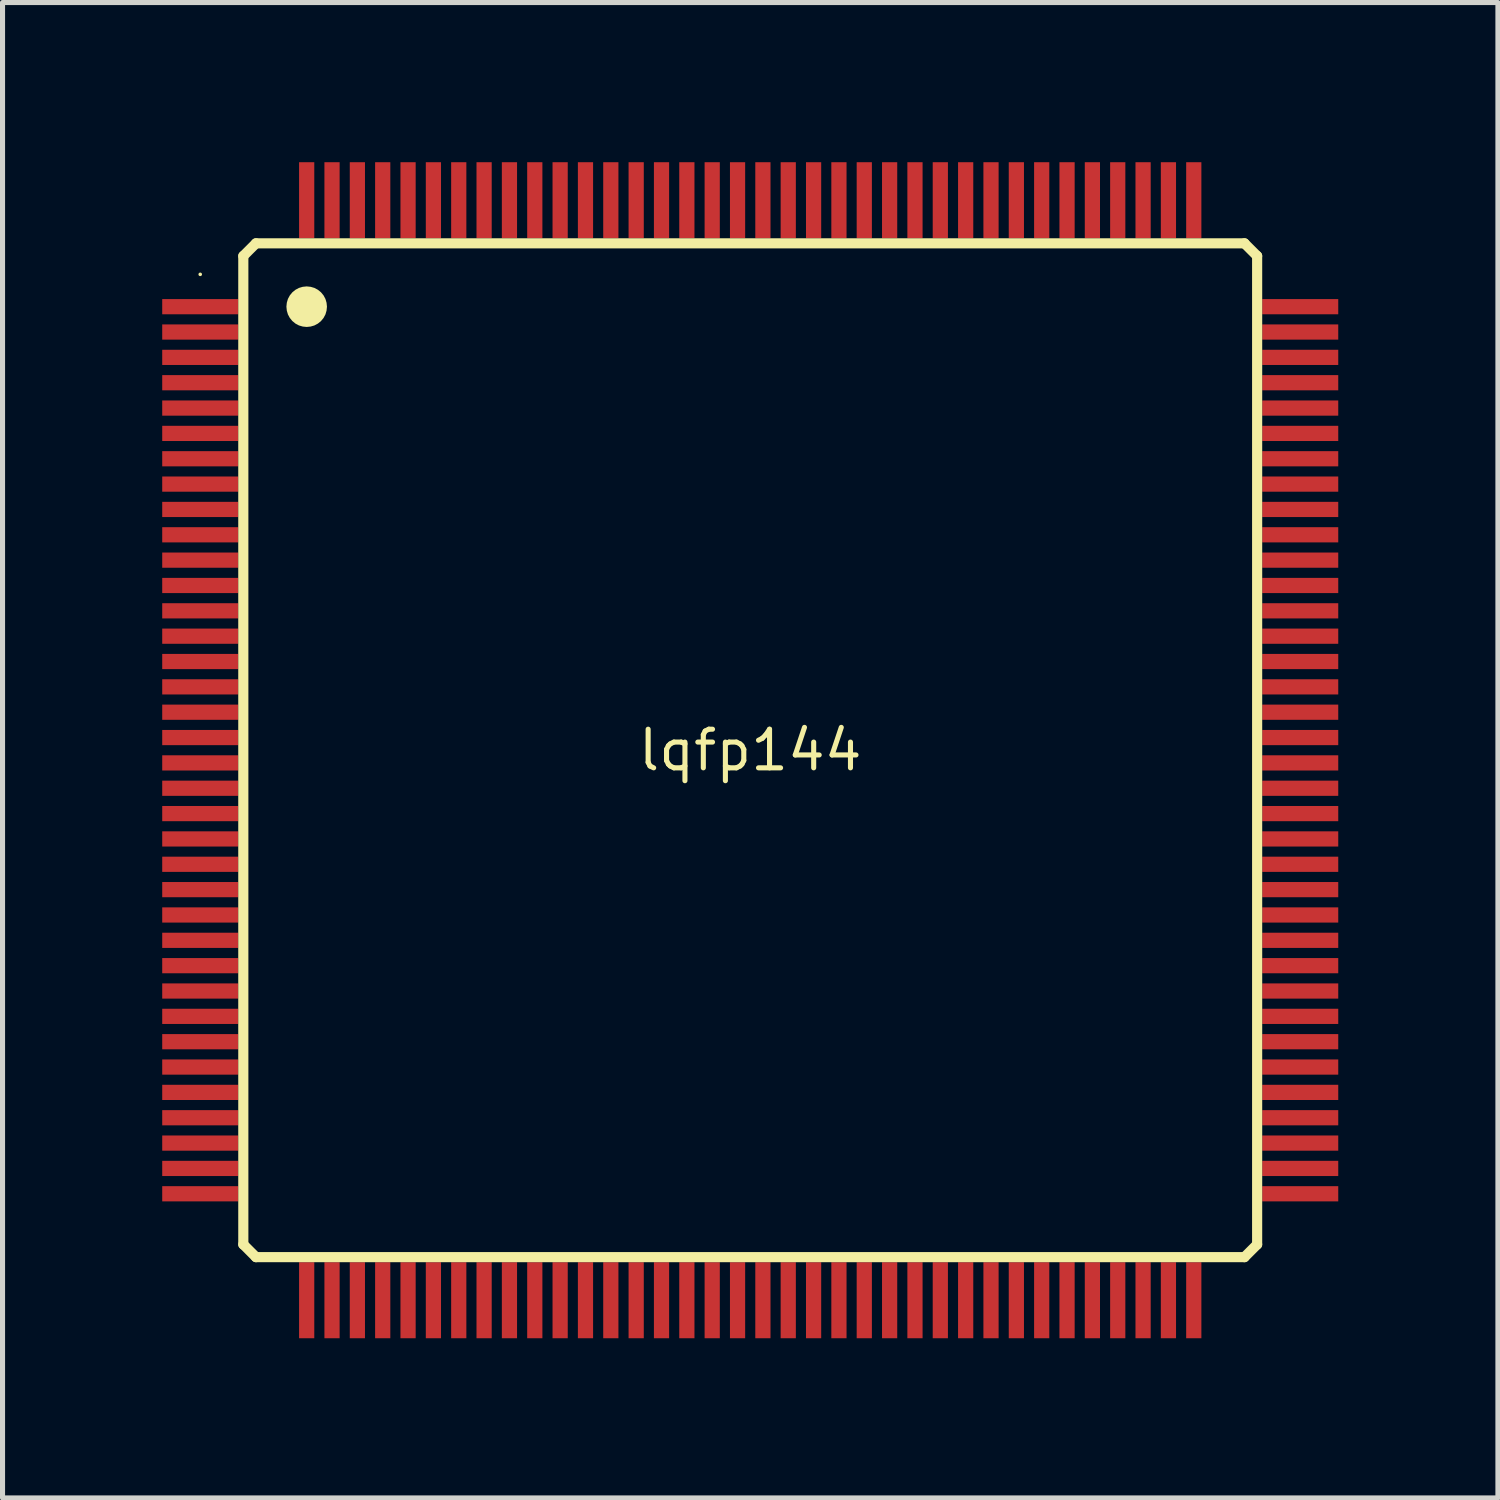
<source format=kicad_pcb>
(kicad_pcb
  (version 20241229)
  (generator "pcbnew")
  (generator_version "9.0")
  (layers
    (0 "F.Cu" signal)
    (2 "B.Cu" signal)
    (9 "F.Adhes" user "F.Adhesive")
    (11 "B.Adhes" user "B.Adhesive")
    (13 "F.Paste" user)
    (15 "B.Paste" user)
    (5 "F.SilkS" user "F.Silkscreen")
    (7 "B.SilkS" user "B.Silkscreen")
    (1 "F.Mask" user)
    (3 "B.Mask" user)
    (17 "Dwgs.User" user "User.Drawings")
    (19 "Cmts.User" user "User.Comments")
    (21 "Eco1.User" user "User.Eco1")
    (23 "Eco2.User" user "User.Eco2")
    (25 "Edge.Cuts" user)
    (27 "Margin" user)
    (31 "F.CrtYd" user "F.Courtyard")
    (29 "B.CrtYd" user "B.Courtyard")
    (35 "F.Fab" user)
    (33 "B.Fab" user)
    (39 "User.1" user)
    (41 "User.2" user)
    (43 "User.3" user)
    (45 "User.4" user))
  (footprint "lqfp144"
    (layer "F.Cu")
    (at 11.75 11.75)
    (property "Reference" "lqfp144" (at 0 0 0) (layer "F.SilkS") (effects (font (size 0.762 0.762) (thickness 0.1))))
    (attr through_hole)
    (fp_poly (pts (xy -11.75 -8.45) (xy -9.95 -8.45) (xy -9.95 -9.05) (xy -11.75 -9.05)) (stroke (width 0) (type solid)) (fill yes) (layer "F.Mask"))
    (fp_poly (pts (xy -11.75 -7.95) (xy -9.95 -7.95) (xy -9.95 -8.55) (xy -11.75 -8.55)) (stroke (width 0) (type solid)) (fill yes) (layer "F.Mask"))
    (fp_poly (pts (xy -11.75 -7.45) (xy -9.95 -7.45) (xy -9.95 -8.05) (xy -11.75 -8.05)) (stroke (width 0) (type solid)) (fill yes) (layer "F.Mask"))
    (fp_poly (pts (xy -11.75 -6.95) (xy -9.95 -6.95) (xy -9.95 -7.55) (xy -11.75 -7.55)) (stroke (width 0) (type solid)) (fill yes) (layer "F.Mask"))
    (fp_poly (pts (xy -11.75 -6.45) (xy -9.95 -6.45) (xy -9.95 -7.05) (xy -11.75 -7.05)) (stroke (width 0) (type solid)) (fill yes) (layer "F.Mask"))
    (fp_poly (pts (xy -11.75 -5.95) (xy -9.95 -5.95) (xy -9.95 -6.55) (xy -11.75 -6.55)) (stroke (width 0) (type solid)) (fill yes) (layer "F.Mask"))
    (fp_poly (pts (xy -11.75 -5.45) (xy -9.95 -5.45) (xy -9.95 -6.05) (xy -11.75 -6.05)) (stroke (width 0) (type solid)) (fill yes) (layer "F.Mask"))
    (fp_poly (pts (xy -11.75 -4.95) (xy -9.95 -4.95) (xy -9.95 -5.55) (xy -11.75 -5.55)) (stroke (width 0) (type solid)) (fill yes) (layer "F.Mask"))
    (fp_poly (pts (xy -11.75 -4.45) (xy -9.95 -4.45) (xy -9.95 -5.05) (xy -11.75 -5.05)) (stroke (width 0) (type solid)) (fill yes) (layer "F.Mask"))
    (fp_poly (pts (xy -11.75 -3.95) (xy -9.95 -3.95) (xy -9.95 -4.55) (xy -11.75 -4.55)) (stroke (width 0) (type solid)) (fill yes) (layer "F.Mask"))
    (fp_poly (pts (xy -11.75 -3.45) (xy -9.95 -3.45) (xy -9.95 -4.05) (xy -11.75 -4.05)) (stroke (width 0) (type solid)) (fill yes) (layer "F.Mask"))
    (fp_poly (pts (xy -11.75 -2.95) (xy -9.95 -2.95) (xy -9.95 -3.55) (xy -11.75 -3.55)) (stroke (width 0) (type solid)) (fill yes) (layer "F.Mask"))
    (fp_poly (pts (xy -11.75 -2.45) (xy -9.95 -2.45) (xy -9.95 -3.05) (xy -11.75 -3.05)) (stroke (width 0) (type solid)) (fill yes) (layer "F.Mask"))
    (fp_poly (pts (xy -11.75 -1.95) (xy -9.95 -1.95) (xy -9.95 -2.55) (xy -11.75 -2.55)) (stroke (width 0) (type solid)) (fill yes) (layer "F.Mask"))
    (fp_poly (pts (xy -11.75 -1.45) (xy -9.95 -1.45) (xy -9.95 -2.05) (xy -11.75 -2.05)) (stroke (width 0) (type solid)) (fill yes) (layer "F.Mask"))
    (fp_poly (pts (xy -11.75 -0.95) (xy -9.95 -0.95) (xy -9.95 -1.55) (xy -11.75 -1.55)) (stroke (width 0) (type solid)) (fill yes) (layer "F.Mask"))
    (fp_poly (pts (xy -11.75 -0.45) (xy -9.95 -0.45) (xy -9.95 -1.05) (xy -11.75 -1.05)) (stroke (width 0) (type solid)) (fill yes) (layer "F.Mask"))
    (fp_poly (pts (xy -11.75 0.05) (xy -9.95 0.05) (xy -9.95 -0.55) (xy -11.75 -0.55)) (stroke (width 0) (type solid)) (fill yes) (layer "F.Mask"))
    (fp_poly (pts (xy -11.75 0.55) (xy -9.95 0.55) (xy -9.95 -0.05) (xy -11.75 -0.05)) (stroke (width 0) (type solid)) (fill yes) (layer "F.Mask"))
    (fp_poly (pts (xy -11.75 1.05) (xy -9.95 1.05) (xy -9.95 0.45) (xy -11.75 0.45)) (stroke (width 0) (type solid)) (fill yes) (layer "F.Mask"))
    (fp_poly (pts (xy -11.75 1.55) (xy -9.95 1.55) (xy -9.95 0.95) (xy -11.75 0.95)) (stroke (width 0) (type solid)) (fill yes) (layer "F.Mask"))
    (fp_poly (pts (xy -11.75 2.05) (xy -9.95 2.05) (xy -9.95 1.45) (xy -11.75 1.45)) (stroke (width 0) (type solid)) (fill yes) (layer "F.Mask"))
    (fp_poly (pts (xy -11.75 2.55) (xy -9.95 2.55) (xy -9.95 1.95) (xy -11.75 1.95)) (stroke (width 0) (type solid)) (fill yes) (layer "F.Mask"))
    (fp_poly (pts (xy -11.75 3.05) (xy -9.95 3.05) (xy -9.95 2.45) (xy -11.75 2.45)) (stroke (width 0) (type solid)) (fill yes) (layer "F.Mask"))
    (fp_poly (pts (xy -11.75 3.55) (xy -9.95 3.55) (xy -9.95 2.95) (xy -11.75 2.95)) (stroke (width 0) (type solid)) (fill yes) (layer "F.Mask"))
    (fp_poly (pts (xy -11.75 4.05) (xy -9.95 4.05) (xy -9.95 3.45) (xy -11.75 3.45)) (stroke (width 0) (type solid)) (fill yes) (layer "F.Mask"))
    (fp_poly (pts (xy -11.75 4.55) (xy -9.95 4.55) (xy -9.95 3.95) (xy -11.75 3.95)) (stroke (width 0) (type solid)) (fill yes) (layer "F.Mask"))
    (fp_poly (pts (xy -11.75 5.05) (xy -9.95 5.05) (xy -9.95 4.45) (xy -11.75 4.45)) (stroke (width 0) (type solid)) (fill yes) (layer "F.Mask"))
    (fp_poly (pts (xy -11.75 5.55) (xy -9.95 5.55) (xy -9.95 4.95) (xy -11.75 4.95)) (stroke (width 0) (type solid)) (fill yes) (layer "F.Mask"))
    (fp_poly (pts (xy -11.75 6.05) (xy -9.95 6.05) (xy -9.95 5.45) (xy -11.75 5.45)) (stroke (width 0) (type solid)) (fill yes) (layer "F.Mask"))
    (fp_poly (pts (xy -11.75 6.55) (xy -9.95 6.55) (xy -9.95 5.95) (xy -11.75 5.95)) (stroke (width 0) (type solid)) (fill yes) (layer "F.Mask"))
    (fp_poly (pts (xy -11.75 7.05) (xy -9.95 7.05) (xy -9.95 6.45) (xy -11.75 6.45)) (stroke (width 0) (type solid)) (fill yes) (layer "F.Mask"))
    (fp_poly (pts (xy -11.75 7.55) (xy -9.95 7.55) (xy -9.95 6.95) (xy -11.75 6.95)) (stroke (width 0) (type solid)) (fill yes) (layer "F.Mask"))
    (fp_poly (pts (xy -11.75 8.05) (xy -9.95 8.05) (xy -9.95 7.45) (xy -11.75 7.45)) (stroke (width 0) (type solid)) (fill yes) (layer "F.Mask"))
    (fp_poly (pts (xy -11.75 8.55) (xy -9.95 8.55) (xy -9.95 7.95) (xy -11.75 7.95)) (stroke (width 0) (type solid)) (fill yes) (layer "F.Mask"))
    (fp_poly (pts (xy -11.75 9.05) (xy -9.95 9.05) (xy -9.95 8.45) (xy -11.75 8.45)) (stroke (width 0) (type solid)) (fill yes) (layer "F.Mask"))
    (fp_poly (pts (xy -8.45 -9.95) (xy -8.45 -11.75) (xy -9.05 -11.75) (xy -9.05 -9.95)) (stroke (width 0) (type solid)) (fill yes) (layer "F.Mask"))
    (fp_poly (pts (xy -8.45 11.75) (xy -8.45 9.95) (xy -9.05 9.95) (xy -9.05 11.75)) (stroke (width 0) (type solid)) (fill yes) (layer "F.Mask"))
    (fp_poly (pts (xy -7.95 -9.95) (xy -7.95 -11.75) (xy -8.55 -11.75) (xy -8.55 -9.95)) (stroke (width 0) (type solid)) (fill yes) (layer "F.Mask"))
    (fp_poly (pts (xy -7.95 11.75) (xy -7.95 9.95) (xy -8.55 9.95) (xy -8.55 11.75)) (stroke (width 0) (type solid)) (fill yes) (layer "F.Mask"))
    (fp_poly (pts (xy -7.45 -9.95) (xy -7.45 -11.75) (xy -8.05 -11.75) (xy -8.05 -9.95)) (stroke (width 0) (type solid)) (fill yes) (layer "F.Mask"))
    (fp_poly (pts (xy -7.45 11.75) (xy -7.45 9.95) (xy -8.05 9.95) (xy -8.05 11.75)) (stroke (width 0) (type solid)) (fill yes) (layer "F.Mask"))
    (fp_poly (pts (xy -6.95 -9.95) (xy -6.95 -11.75) (xy -7.55 -11.75) (xy -7.55 -9.95)) (stroke (width 0) (type solid)) (fill yes) (layer "F.Mask"))
    (fp_poly (pts (xy -6.95 11.75) (xy -6.95 9.95) (xy -7.55 9.95) (xy -7.55 11.75)) (stroke (width 0) (type solid)) (fill yes) (layer "F.Mask"))
    (fp_poly (pts (xy -6.45 -9.95) (xy -6.45 -11.75) (xy -7.05 -11.75) (xy -7.05 -9.95)) (stroke (width 0) (type solid)) (fill yes) (layer "F.Mask"))
    (fp_poly (pts (xy -6.45 11.75) (xy -6.45 9.95) (xy -7.05 9.95) (xy -7.05 11.75)) (stroke (width 0) (type solid)) (fill yes) (layer "F.Mask"))
    (fp_poly (pts (xy -5.95 -9.95) (xy -5.95 -11.75) (xy -6.55 -11.75) (xy -6.55 -9.95)) (stroke (width 0) (type solid)) (fill yes) (layer "F.Mask"))
    (fp_poly (pts (xy -5.95 11.75) (xy -5.95 9.95) (xy -6.55 9.95) (xy -6.55 11.75)) (stroke (width 0) (type solid)) (fill yes) (layer "F.Mask"))
    (fp_poly (pts (xy -5.45 -9.95) (xy -5.45 -11.75) (xy -6.05 -11.75) (xy -6.05 -9.95)) (stroke (width 0) (type solid)) (fill yes) (layer "F.Mask"))
    (fp_poly (pts (xy -5.45 11.75) (xy -5.45 9.95) (xy -6.05 9.95) (xy -6.05 11.75)) (stroke (width 0) (type solid)) (fill yes) (layer "F.Mask"))
    (fp_poly (pts (xy -4.95 -9.95) (xy -4.95 -11.75) (xy -5.55 -11.75) (xy -5.55 -9.95)) (stroke (width 0) (type solid)) (fill yes) (layer "F.Mask"))
    (fp_poly (pts (xy -4.95 11.75) (xy -4.95 9.95) (xy -5.55 9.95) (xy -5.55 11.75)) (stroke (width 0) (type solid)) (fill yes) (layer "F.Mask"))
    (fp_poly (pts (xy -4.45 -9.95) (xy -4.45 -11.75) (xy -5.05 -11.75) (xy -5.05 -9.95)) (stroke (width 0) (type solid)) (fill yes) (layer "F.Mask"))
    (fp_poly (pts (xy -4.45 11.75) (xy -4.45 9.95) (xy -5.05 9.95) (xy -5.05 11.75)) (stroke (width 0) (type solid)) (fill yes) (layer "F.Mask"))
    (fp_poly (pts (xy -3.95 -9.95) (xy -3.95 -11.75) (xy -4.55 -11.75) (xy -4.55 -9.95)) (stroke (width 0) (type solid)) (fill yes) (layer "F.Mask"))
    (fp_poly (pts (xy -3.95 11.75) (xy -3.95 9.95) (xy -4.55 9.95) (xy -4.55 11.75)) (stroke (width 0) (type solid)) (fill yes) (layer "F.Mask"))
    (fp_poly (pts (xy -3.45 -9.95) (xy -3.45 -11.75) (xy -4.05 -11.75) (xy -4.05 -9.95)) (stroke (width 0) (type solid)) (fill yes) (layer "F.Mask"))
    (fp_poly (pts (xy -3.45 11.75) (xy -3.45 9.95) (xy -4.05 9.95) (xy -4.05 11.75)) (stroke (width 0) (type solid)) (fill yes) (layer "F.Mask"))
    (fp_poly (pts (xy -2.95 -9.95) (xy -2.95 -11.75) (xy -3.55 -11.75) (xy -3.55 -9.95)) (stroke (width 0) (type solid)) (fill yes) (layer "F.Mask"))
    (fp_poly (pts (xy -2.95 11.75) (xy -2.95 9.95) (xy -3.55 9.95) (xy -3.55 11.75)) (stroke (width 0) (type solid)) (fill yes) (layer "F.Mask"))
    (fp_poly (pts (xy -2.45 -9.95) (xy -2.45 -11.75) (xy -3.05 -11.75) (xy -3.05 -9.95)) (stroke (width 0) (type solid)) (fill yes) (layer "F.Mask"))
    (fp_poly (pts (xy -2.45 11.75) (xy -2.45 9.95) (xy -3.05 9.95) (xy -3.05 11.75)) (stroke (width 0) (type solid)) (fill yes) (layer "F.Mask"))
    (fp_poly (pts (xy -1.95 -9.95) (xy -1.95 -11.75) (xy -2.55 -11.75) (xy -2.55 -9.95)) (stroke (width 0) (type solid)) (fill yes) (layer "F.Mask"))
    (fp_poly (pts (xy -1.95 11.75) (xy -1.95 9.95) (xy -2.55 9.95) (xy -2.55 11.75)) (stroke (width 0) (type solid)) (fill yes) (layer "F.Mask"))
    (fp_poly (pts (xy -1.45 -9.95) (xy -1.45 -11.75) (xy -2.05 -11.75) (xy -2.05 -9.95)) (stroke (width 0) (type solid)) (fill yes) (layer "F.Mask"))
    (fp_poly (pts (xy -1.45 11.75) (xy -1.45 9.95) (xy -2.05 9.95) (xy -2.05 11.75)) (stroke (width 0) (type solid)) (fill yes) (layer "F.Mask"))
    (fp_poly (pts (xy -0.95 -9.95) (xy -0.95 -11.75) (xy -1.55 -11.75) (xy -1.55 -9.95)) (stroke (width 0) (type solid)) (fill yes) (layer "F.Mask"))
    (fp_poly (pts (xy -0.95 11.75) (xy -0.95 9.95) (xy -1.55 9.95) (xy -1.55 11.75)) (stroke (width 0) (type solid)) (fill yes) (layer "F.Mask"))
    (fp_poly (pts (xy -0.45 -9.95) (xy -0.45 -11.75) (xy -1.05 -11.75) (xy -1.05 -9.95)) (stroke (width 0) (type solid)) (fill yes) (layer "F.Mask"))
    (fp_poly (pts (xy -0.45 11.75) (xy -0.45 9.95) (xy -1.05 9.95) (xy -1.05 11.75)) (stroke (width 0) (type solid)) (fill yes) (layer "F.Mask"))
    (fp_poly (pts (xy 0.05 -9.95) (xy 0.05 -11.75) (xy -0.55 -11.75) (xy -0.55 -9.95)) (stroke (width 0) (type solid)) (fill yes) (layer "F.Mask"))
    (fp_poly (pts (xy 0.05 11.75) (xy 0.05 9.95) (xy -0.55 9.95) (xy -0.55 11.75)) (stroke (width 0) (type solid)) (fill yes) (layer "F.Mask"))
    (fp_poly (pts (xy 0.55 -9.95) (xy 0.55 -11.75) (xy -0.05 -11.75) (xy -0.05 -9.95)) (stroke (width 0) (type solid)) (fill yes) (layer "F.Mask"))
    (fp_poly (pts (xy 0.55 11.75) (xy 0.55 9.95) (xy -0.05 9.95) (xy -0.05 11.75)) (stroke (width 0) (type solid)) (fill yes) (layer "F.Mask"))
    (fp_poly (pts (xy 1.05 -9.95) (xy 1.05 -11.75) (xy 0.45 -11.75) (xy 0.45 -9.95)) (stroke (width 0) (type solid)) (fill yes) (layer "F.Mask"))
    (fp_poly (pts (xy 1.05 11.75) (xy 1.05 9.95) (xy 0.45 9.95) (xy 0.45 11.75)) (stroke (width 0) (type solid)) (fill yes) (layer "F.Mask"))
    (fp_poly (pts (xy 1.55 -9.95) (xy 1.55 -11.75) (xy 0.95 -11.75) (xy 0.95 -9.95)) (stroke (width 0) (type solid)) (fill yes) (layer "F.Mask"))
    (fp_poly (pts (xy 1.55 11.75) (xy 1.55 9.95) (xy 0.95 9.95) (xy 0.95 11.75)) (stroke (width 0) (type solid)) (fill yes) (layer "F.Mask"))
    (fp_poly (pts (xy 2.05 -9.95) (xy 2.05 -11.75) (xy 1.45 -11.75) (xy 1.45 -9.95)) (stroke (width 0) (type solid)) (fill yes) (layer "F.Mask"))
    (fp_poly (pts (xy 2.05 11.75) (xy 2.05 9.95) (xy 1.45 9.95) (xy 1.45 11.75)) (stroke (width 0) (type solid)) (fill yes) (layer "F.Mask"))
    (fp_poly (pts (xy 2.55 -9.95) (xy 2.55 -11.75) (xy 1.95 -11.75) (xy 1.95 -9.95)) (stroke (width 0) (type solid)) (fill yes) (layer "F.Mask"))
    (fp_poly (pts (xy 2.55 11.75) (xy 2.55 9.95) (xy 1.95 9.95) (xy 1.95 11.75)) (stroke (width 0) (type solid)) (fill yes) (layer "F.Mask"))
    (fp_poly (pts (xy 3.05 -9.95) (xy 3.05 -11.75) (xy 2.45 -11.75) (xy 2.45 -9.95)) (stroke (width 0) (type solid)) (fill yes) (layer "F.Mask"))
    (fp_poly (pts (xy 3.05 11.75) (xy 3.05 9.95) (xy 2.45 9.95) (xy 2.45 11.75)) (stroke (width 0) (type solid)) (fill yes) (layer "F.Mask"))
    (fp_poly (pts (xy 3.55 -9.95) (xy 3.55 -11.75) (xy 2.95 -11.75) (xy 2.95 -9.95)) (stroke (width 0) (type solid)) (fill yes) (layer "F.Mask"))
    (fp_poly (pts (xy 3.55 11.75) (xy 3.55 9.95) (xy 2.95 9.95) (xy 2.95 11.75)) (stroke (width 0) (type solid)) (fill yes) (layer "F.Mask"))
    (fp_poly (pts (xy 4.05 -9.95) (xy 4.05 -11.75) (xy 3.45 -11.75) (xy 3.45 -9.95)) (stroke (width 0) (type solid)) (fill yes) (layer "F.Mask"))
    (fp_poly (pts (xy 4.05 11.75) (xy 4.05 9.95) (xy 3.45 9.95) (xy 3.45 11.75)) (stroke (width 0) (type solid)) (fill yes) (layer "F.Mask"))
    (fp_poly (pts (xy 4.55 -9.95) (xy 4.55 -11.75) (xy 3.95 -11.75) (xy 3.95 -9.95)) (stroke (width 0) (type solid)) (fill yes) (layer "F.Mask"))
    (fp_poly (pts (xy 4.55 11.75) (xy 4.55 9.95) (xy 3.95 9.95) (xy 3.95 11.75)) (stroke (width 0) (type solid)) (fill yes) (layer "F.Mask"))
    (fp_poly (pts (xy 5.05 -9.95) (xy 5.05 -11.75) (xy 4.45 -11.75) (xy 4.45 -9.95)) (stroke (width 0) (type solid)) (fill yes) (layer "F.Mask"))
    (fp_poly (pts (xy 5.05 11.75) (xy 5.05 9.95) (xy 4.45 9.95) (xy 4.45 11.75)) (stroke (width 0) (type solid)) (fill yes) (layer "F.Mask"))
    (fp_poly (pts (xy 5.55 -9.95) (xy 5.55 -11.75) (xy 4.95 -11.75) (xy 4.95 -9.95)) (stroke (width 0) (type solid)) (fill yes) (layer "F.Mask"))
    (fp_poly (pts (xy 5.55 11.75) (xy 5.55 9.95) (xy 4.95 9.95) (xy 4.95 11.75)) (stroke (width 0) (type solid)) (fill yes) (layer "F.Mask"))
    (fp_poly (pts (xy 6.05 -9.95) (xy 6.05 -11.75) (xy 5.45 -11.75) (xy 5.45 -9.95)) (stroke (width 0) (type solid)) (fill yes) (layer "F.Mask"))
    (fp_poly (pts (xy 6.05 11.75) (xy 6.05 9.95) (xy 5.45 9.95) (xy 5.45 11.75)) (stroke (width 0) (type solid)) (fill yes) (layer "F.Mask"))
    (fp_poly (pts (xy 6.55 -9.95) (xy 6.55 -11.75) (xy 5.95 -11.75) (xy 5.95 -9.95)) (stroke (width 0) (type solid)) (fill yes) (layer "F.Mask"))
    (fp_poly (pts (xy 6.55 11.75) (xy 6.55 9.95) (xy 5.95 9.95) (xy 5.95 11.75)) (stroke (width 0) (type solid)) (fill yes) (layer "F.Mask"))
    (fp_poly (pts (xy 7.05 -9.95) (xy 7.05 -11.75) (xy 6.45 -11.75) (xy 6.45 -9.95)) (stroke (width 0) (type solid)) (fill yes) (layer "F.Mask"))
    (fp_poly (pts (xy 7.05 11.75) (xy 7.05 9.95) (xy 6.45 9.95) (xy 6.45 11.75)) (stroke (width 0) (type solid)) (fill yes) (layer "F.Mask"))
    (fp_poly (pts (xy 7.55 -9.95) (xy 7.55 -11.75) (xy 6.95 -11.75) (xy 6.95 -9.95)) (stroke (width 0) (type solid)) (fill yes) (layer "F.Mask"))
    (fp_poly (pts (xy 7.55 11.75) (xy 7.55 9.95) (xy 6.95 9.95) (xy 6.95 11.75)) (stroke (width 0) (type solid)) (fill yes) (layer "F.Mask"))
    (fp_poly (pts (xy 8.05 -9.95) (xy 8.05 -11.75) (xy 7.45 -11.75) (xy 7.45 -9.95)) (stroke (width 0) (type solid)) (fill yes) (layer "F.Mask"))
    (fp_poly (pts (xy 8.05 11.75) (xy 8.05 9.95) (xy 7.45 9.95) (xy 7.45 11.75)) (stroke (width 0) (type solid)) (fill yes) (layer "F.Mask"))
    (fp_poly (pts (xy 8.55 -9.95) (xy 8.55 -11.75) (xy 7.95 -11.75) (xy 7.95 -9.95)) (stroke (width 0) (type solid)) (fill yes) (layer "F.Mask"))
    (fp_poly (pts (xy 8.55 11.75) (xy 8.55 9.95) (xy 7.95 9.95) (xy 7.95 11.75)) (stroke (width 0) (type solid)) (fill yes) (layer "F.Mask"))
    (fp_poly (pts (xy 9.05 -9.95) (xy 9.05 -11.75) (xy 8.45 -11.75) (xy 8.45 -9.95)) (stroke (width 0) (type solid)) (fill yes) (layer "F.Mask"))
    (fp_poly (pts (xy 9.05 11.75) (xy 9.05 9.95) (xy 8.45 9.95) (xy 8.45 11.75)) (stroke (width 0) (type solid)) (fill yes) (layer "F.Mask"))
    (fp_poly (pts (xy 9.95 -8.45) (xy 11.75 -8.45) (xy 11.75 -9.05) (xy 9.95 -9.05)) (stroke (width 0) (type solid)) (fill yes) (layer "F.Mask"))
    (fp_poly (pts (xy 9.95 -7.95) (xy 11.75 -7.95) (xy 11.75 -8.55) (xy 9.95 -8.55)) (stroke (width 0) (type solid)) (fill yes) (layer "F.Mask"))
    (fp_poly (pts (xy 9.95 -7.45) (xy 11.75 -7.45) (xy 11.75 -8.05) (xy 9.95 -8.05)) (stroke (width 0) (type solid)) (fill yes) (layer "F.Mask"))
    (fp_poly (pts (xy 9.95 -6.95) (xy 11.75 -6.95) (xy 11.75 -7.55) (xy 9.95 -7.55)) (stroke (width 0) (type solid)) (fill yes) (layer "F.Mask"))
    (fp_poly (pts (xy 9.95 -6.45) (xy 11.75 -6.45) (xy 11.75 -7.05) (xy 9.95 -7.05)) (stroke (width 0) (type solid)) (fill yes) (layer "F.Mask"))
    (fp_poly (pts (xy 9.95 -5.95) (xy 11.75 -5.95) (xy 11.75 -6.55) (xy 9.95 -6.55)) (stroke (width 0) (type solid)) (fill yes) (layer "F.Mask"))
    (fp_poly (pts (xy 9.95 -5.45) (xy 11.75 -5.45) (xy 11.75 -6.05) (xy 9.95 -6.05)) (stroke (width 0) (type solid)) (fill yes) (layer "F.Mask"))
    (fp_poly (pts (xy 9.95 -4.95) (xy 11.75 -4.95) (xy 11.75 -5.55) (xy 9.95 -5.55)) (stroke (width 0) (type solid)) (fill yes) (layer "F.Mask"))
    (fp_poly (pts (xy 9.95 -4.45) (xy 11.75 -4.45) (xy 11.75 -5.05) (xy 9.95 -5.05)) (stroke (width 0) (type solid)) (fill yes) (layer "F.Mask"))
    (fp_poly (pts (xy 9.95 -3.95) (xy 11.75 -3.95) (xy 11.75 -4.55) (xy 9.95 -4.55)) (stroke (width 0) (type solid)) (fill yes) (layer "F.Mask"))
    (fp_poly (pts (xy 9.95 -3.45) (xy 11.75 -3.45) (xy 11.75 -4.05) (xy 9.95 -4.05)) (stroke (width 0) (type solid)) (fill yes) (layer "F.Mask"))
    (fp_poly (pts (xy 9.95 -2.95) (xy 11.75 -2.95) (xy 11.75 -3.55) (xy 9.95 -3.55)) (stroke (width 0) (type solid)) (fill yes) (layer "F.Mask"))
    (fp_poly (pts (xy 9.95 -2.45) (xy 11.75 -2.45) (xy 11.75 -3.05) (xy 9.95 -3.05)) (stroke (width 0) (type solid)) (fill yes) (layer "F.Mask"))
    (fp_poly (pts (xy 9.95 -1.95) (xy 11.75 -1.95) (xy 11.75 -2.55) (xy 9.95 -2.55)) (stroke (width 0) (type solid)) (fill yes) (layer "F.Mask"))
    (fp_poly (pts (xy 9.95 -1.45) (xy 11.75 -1.45) (xy 11.75 -2.05) (xy 9.95 -2.05)) (stroke (width 0) (type solid)) (fill yes) (layer "F.Mask"))
    (fp_poly (pts (xy 9.95 -0.95) (xy 11.75 -0.95) (xy 11.75 -1.55) (xy 9.95 -1.55)) (stroke (width 0) (type solid)) (fill yes) (layer "F.Mask"))
    (fp_poly (pts (xy 9.95 -0.45) (xy 11.75 -0.45) (xy 11.75 -1.05) (xy 9.95 -1.05)) (stroke (width 0) (type solid)) (fill yes) (layer "F.Mask"))
    (fp_poly (pts (xy 9.95 0.05) (xy 11.75 0.05) (xy 11.75 -0.55) (xy 9.95 -0.55)) (stroke (width 0) (type solid)) (fill yes) (layer "F.Mask"))
    (fp_poly (pts (xy 9.95 0.55) (xy 11.75 0.55) (xy 11.75 -0.05) (xy 9.95 -0.05)) (stroke (width 0) (type solid)) (fill yes) (layer "F.Mask"))
    (fp_poly (pts (xy 9.95 1.05) (xy 11.75 1.05) (xy 11.75 0.45) (xy 9.95 0.45)) (stroke (width 0) (type solid)) (fill yes) (layer "F.Mask"))
    (fp_poly (pts (xy 9.95 1.55) (xy 11.75 1.55) (xy 11.75 0.95) (xy 9.95 0.95)) (stroke (width 0) (type solid)) (fill yes) (layer "F.Mask"))
    (fp_poly (pts (xy 9.95 2.05) (xy 11.75 2.05) (xy 11.75 1.45) (xy 9.95 1.45)) (stroke (width 0) (type solid)) (fill yes) (layer "F.Mask"))
    (fp_poly (pts (xy 9.95 2.55) (xy 11.75 2.55) (xy 11.75 1.95) (xy 9.95 1.95)) (stroke (width 0) (type solid)) (fill yes) (layer "F.Mask"))
    (fp_poly (pts (xy 9.95 3.05) (xy 11.75 3.05) (xy 11.75 2.45) (xy 9.95 2.45)) (stroke (width 0) (type solid)) (fill yes) (layer "F.Mask"))
    (fp_poly (pts (xy 9.95 3.55) (xy 11.75 3.55) (xy 11.75 2.95) (xy 9.95 2.95)) (stroke (width 0) (type solid)) (fill yes) (layer "F.Mask"))
    (fp_poly (pts (xy 9.95 4.05) (xy 11.75 4.05) (xy 11.75 3.45) (xy 9.95 3.45)) (stroke (width 0) (type solid)) (fill yes) (layer "F.Mask"))
    (fp_poly (pts (xy 9.95 4.55) (xy 11.75 4.55) (xy 11.75 3.95) (xy 9.95 3.95)) (stroke (width 0) (type solid)) (fill yes) (layer "F.Mask"))
    (fp_poly (pts (xy 9.95 5.05) (xy 11.75 5.05) (xy 11.75 4.45) (xy 9.95 4.45)) (stroke (width 0) (type solid)) (fill yes) (layer "F.Mask"))
    (fp_poly (pts (xy 9.95 5.55) (xy 11.75 5.55) (xy 11.75 4.95) (xy 9.95 4.95)) (stroke (width 0) (type solid)) (fill yes) (layer "F.Mask"))
    (fp_poly (pts (xy 9.95 6.05) (xy 11.75 6.05) (xy 11.75 5.45) (xy 9.95 5.45)) (stroke (width 0) (type solid)) (fill yes) (layer "F.Mask"))
    (fp_poly (pts (xy 9.95 6.55) (xy 11.75 6.55) (xy 11.75 5.95) (xy 9.95 5.95)) (stroke (width 0) (type solid)) (fill yes) (layer "F.Mask"))
    (fp_poly (pts (xy 9.95 7.05) (xy 11.75 7.05) (xy 11.75 6.45) (xy 9.95 6.45)) (stroke (width 0) (type solid)) (fill yes) (layer "F.Mask"))
    (fp_poly (pts (xy 9.95 7.55) (xy 11.75 7.55) (xy 11.75 6.95) (xy 9.95 6.95)) (stroke (width 0) (type solid)) (fill yes) (layer "F.Mask"))
    (fp_poly (pts (xy 9.95 8.05) (xy 11.75 8.05) (xy 11.75 7.45) (xy 9.95 7.45)) (stroke (width 0) (type solid)) (fill yes) (layer "F.Mask"))
    (fp_poly (pts (xy 9.95 8.55) (xy 11.75 8.55) (xy 11.75 7.95) (xy 9.95 7.95)) (stroke (width 0) (type solid)) (fill yes) (layer "F.Mask"))
    (fp_poly (pts (xy 9.95 9.05) (xy 11.75 9.05) (xy 11.75 8.45) (xy 9.95 8.45)) (stroke (width 0) (type solid)) (fill yes) (layer "F.Mask"))
    (fp_line (start -10 -9.75) (end -9.75 -10) (stroke (width 0.2) (type solid)) (layer "F.SilkS"))
    (fp_line (start -10 9.75) (end -10 -9.75) (stroke (width 0.2) (type solid)) (layer "F.SilkS"))
    (fp_line (start -9.75 -10) (end 9.75 -10) (stroke (width 0.2) (type solid)) (layer "F.SilkS"))
    (fp_line (start -9.75 10) (end -10 9.75) (stroke (width 0.2) (type solid)) (layer "F.SilkS"))
    (fp_line (start 9.75 -10) (end 10 -9.75) (stroke (width 0.2) (type solid)) (layer "F.SilkS"))
    (fp_line (start 9.75 10) (end -9.75 10) (stroke (width 0.2) (type solid)) (layer "F.SilkS"))
    (fp_line (start 10 -9.75) (end 10 9.75) (stroke (width 0.2) (type solid)) (layer "F.SilkS"))
    (fp_line (start 10 9.75) (end 9.75 10) (stroke (width 0.2) (type solid)) (layer "F.SilkS"))
    (fp_poly (pts (xy -10.815 -9.388) (xy -10.816 -9.395) (xy -10.818 -9.401) (xy -10.821 -9.407) (xy -10.825 -9.413) (xy -10.831 -9.417) (xy -10.837 -9.42) (xy -10.843 -9.422) (xy -10.85 -9.423) (xy -10.857 -9.422) (xy -10.863 -9.42) (xy -10.869 -9.417) (xy -10.875 -9.413) (xy -10.879 -9.407) (xy -10.882 -9.401) (xy -10.884 -9.395) (xy -10.885 -9.388) (xy -10.884 -9.381) (xy -10.882 -9.374) (xy -10.879 -9.368) (xy -10.875 -9.363) (xy -10.869 -9.359) (xy -10.863 -9.356) (xy -10.857 -9.354) (xy -10.85 -9.353) (xy -10.843 -9.354) (xy -10.837 -9.356) (xy -10.831 -9.359) (xy -10.825 -9.363) (xy -10.821 -9.368) (xy -10.818 -9.374) (xy -10.816 -9.381)) (stroke (width 0) (type solid)) (fill yes) (layer "F.SilkS"))
    (fp_poly (pts (xy -8.35 -8.75) (xy -8.358 -8.828) (xy -8.38 -8.903) (xy -8.417 -8.972) (xy -8.467 -9.033) (xy -8.528 -9.083) (xy -8.597 -9.12) (xy -8.672 -9.142) (xy -8.75 -9.15) (xy -8.828 -9.142) (xy -8.903 -9.12) (xy -8.972 -9.083) (xy -9.033 -9.033) (xy -9.083 -8.972) (xy -9.12 -8.903) (xy -9.142 -8.828) (xy -9.15 -8.75) (xy -9.142 -8.672) (xy -9.12 -8.597) (xy -9.083 -8.528) (xy -9.033 -8.467) (xy -8.972 -8.417) (xy -8.903 -8.38) (xy -8.828 -8.358) (xy -8.75 -8.35) (xy -8.672 -8.358) (xy -8.597 -8.38) (xy -8.528 -8.417) (xy -8.467 -8.467) (xy -8.417 -8.528) (xy -8.38 -8.597) (xy -8.358 -8.672)) (stroke (width 0) (type solid)) (fill yes) (layer "F.SilkS"))
    (pad "1" smd rect (at -10.85 -8.75) (size 1.5 0.3) (layers "F.Cu" "F.Paste"))
    (pad "2" smd rect (at -10.85 -8.25) (size 1.5 0.3) (layers "F.Cu" "F.Paste"))
    (pad "3" smd rect (at -10.85 -7.75) (size 1.5 0.3) (layers "F.Cu" "F.Paste"))
    (pad "4" smd rect (at -10.85 -7.25) (size 1.5 0.3) (layers "F.Cu" "F.Paste"))
    (pad "5" smd rect (at -10.85 -6.75) (size 1.5 0.3) (layers "F.Cu" "F.Paste"))
    (pad "6" smd rect (at -10.85 -6.25) (size 1.5 0.3) (layers "F.Cu" "F.Paste"))
    (pad "7" smd rect (at -10.85 -5.75) (size 1.5 0.3) (layers "F.Cu" "F.Paste"))
    (pad "8" smd rect (at -10.85 -5.25) (size 1.5 0.3) (layers "F.Cu" "F.Paste"))
    (pad "9" smd rect (at -10.85 -4.75) (size 1.5 0.3) (layers "F.Cu" "F.Paste"))
    (pad "10" smd rect (at -10.85 -4.25) (size 1.5 0.3) (layers "F.Cu" "F.Paste"))
    (pad "11" smd rect (at -10.85 -3.75) (size 1.5 0.3) (layers "F.Cu" "F.Paste"))
    (pad "12" smd rect (at -10.85 -3.25) (size 1.5 0.3) (layers "F.Cu" "F.Paste"))
    (pad "13" smd rect (at -10.85 -2.75) (size 1.5 0.3) (layers "F.Cu" "F.Paste"))
    (pad "14" smd rect (at -10.85 -2.25) (size 1.5 0.3) (layers "F.Cu" "F.Paste"))
    (pad "15" smd rect (at -10.85 -1.75) (size 1.5 0.3) (layers "F.Cu" "F.Paste"))
    (pad "16" smd rect (at -10.85 -1.25) (size 1.5 0.3) (layers "F.Cu" "F.Paste"))
    (pad "17" smd rect (at -10.85 -0.75) (size 1.5 0.3) (layers "F.Cu" "F.Paste"))
    (pad "18" smd rect (at -10.85 -0.25) (size 1.5 0.3) (layers "F.Cu" "F.Paste"))
    (pad "19" smd rect (at -10.85 0.25) (size 1.5 0.3) (layers "F.Cu" "F.Paste"))
    (pad "20" smd rect (at -10.85 0.75) (size 1.5 0.3) (layers "F.Cu" "F.Paste"))
    (pad "21" smd rect (at -10.85 1.25) (size 1.5 0.3) (layers "F.Cu" "F.Paste"))
    (pad "22" smd rect (at -10.85 1.75) (size 1.5 0.3) (layers "F.Cu" "F.Paste"))
    (pad "23" smd rect (at -10.85 2.25) (size 1.5 0.3) (layers "F.Cu" "F.Paste"))
    (pad "24" smd rect (at -10.85 2.75) (size 1.5 0.3) (layers "F.Cu" "F.Paste"))
    (pad "25" smd rect (at -10.85 3.25) (size 1.5 0.3) (layers "F.Cu" "F.Paste"))
    (pad "26" smd rect (at -10.85 3.75) (size 1.5 0.3) (layers "F.Cu" "F.Paste"))
    (pad "27" smd rect (at -10.85 4.25) (size 1.5 0.3) (layers "F.Cu" "F.Paste"))
    (pad "28" smd rect (at -10.85 4.75) (size 1.5 0.3) (layers "F.Cu" "F.Paste"))
    (pad "29" smd rect (at -10.85 5.25) (size 1.5 0.3) (layers "F.Cu" "F.Paste"))
    (pad "30" smd rect (at -10.85 5.75) (size 1.5 0.3) (layers "F.Cu" "F.Paste"))
    (pad "31" smd rect (at -10.85 6.25) (size 1.5 0.3) (layers "F.Cu" "F.Paste"))
    (pad "32" smd rect (at -10.85 6.75) (size 1.5 0.3) (layers "F.Cu" "F.Paste"))
    (pad "33" smd rect (at -10.85 7.25) (size 1.5 0.3) (layers "F.Cu" "F.Paste"))
    (pad "34" smd rect (at -10.85 7.75) (size 1.5 0.3) (layers "F.Cu" "F.Paste"))
    (pad "35" smd rect (at -10.85 8.25) (size 1.5 0.3) (layers "F.Cu" "F.Paste"))
    (pad "36" smd rect (at -10.85 8.75) (size 1.5 0.3) (layers "F.Cu" "F.Paste"))
    (pad "37" smd rect (at -8.75 10.85 90) (size 1.5 0.3) (layers "F.Cu" "F.Paste"))
    (pad "38" smd rect (at -8.25 10.85 90) (size 1.5 0.3) (layers "F.Cu" "F.Paste"))
    (pad "39" smd rect (at -7.75 10.85 90) (size 1.5 0.3) (layers "F.Cu" "F.Paste"))
    (pad "40" smd rect (at -7.25 10.85 90) (size 1.5 0.3) (layers "F.Cu" "F.Paste"))
    (pad "41" smd rect (at -6.75 10.85 90) (size 1.5 0.3) (layers "F.Cu" "F.Paste"))
    (pad "42" smd rect (at -6.25 10.85 90) (size 1.5 0.3) (layers "F.Cu" "F.Paste"))
    (pad "43" smd rect (at -5.75 10.85 90) (size 1.5 0.3) (layers "F.Cu" "F.Paste"))
    (pad "44" smd rect (at -5.25 10.85 90) (size 1.5 0.3) (layers "F.Cu" "F.Paste"))
    (pad "45" smd rect (at -4.75 10.85 90) (size 1.5 0.3) (layers "F.Cu" "F.Paste"))
    (pad "46" smd rect (at -4.25 10.85 90) (size 1.5 0.3) (layers "F.Cu" "F.Paste"))
    (pad "47" smd rect (at -3.75 10.85 90) (size 1.5 0.3) (layers "F.Cu" "F.Paste"))
    (pad "48" smd rect (at -3.25 10.85 90) (size 1.5 0.3) (layers "F.Cu" "F.Paste"))
    (pad "49" smd rect (at -2.75 10.85 90) (size 1.5 0.3) (layers "F.Cu" "F.Paste"))
    (pad "50" smd rect (at -2.25 10.85 90) (size 1.5 0.3) (layers "F.Cu" "F.Paste"))
    (pad "51" smd rect (at -1.75 10.85 90) (size 1.5 0.3) (layers "F.Cu" "F.Paste"))
    (pad "52" smd rect (at -1.25 10.85 90) (size 1.5 0.3) (layers "F.Cu" "F.Paste"))
    (pad "53" smd rect (at -0.75 10.85 90) (size 1.5 0.3) (layers "F.Cu" "F.Paste"))
    (pad "54" smd rect (at -0.25 10.85 90) (size 1.5 0.3) (layers "F.Cu" "F.Paste"))
    (pad "55" smd rect (at 0.25 10.85 90) (size 1.5 0.3) (layers "F.Cu" "F.Paste"))
    (pad "56" smd rect (at 0.75 10.85 90) (size 1.5 0.3) (layers "F.Cu" "F.Paste"))
    (pad "57" smd rect (at 1.25 10.85 90) (size 1.5 0.3) (layers "F.Cu" "F.Paste"))
    (pad "58" smd rect (at 1.75 10.85 90) (size 1.5 0.3) (layers "F.Cu" "F.Paste"))
    (pad "59" smd rect (at 2.25 10.85 90) (size 1.5 0.3) (layers "F.Cu" "F.Paste"))
    (pad "60" smd rect (at 2.75 10.85 90) (size 1.5 0.3) (layers "F.Cu" "F.Paste"))
    (pad "61" smd rect (at 3.25 10.85 90) (size 1.5 0.3) (layers "F.Cu" "F.Paste"))
    (pad "62" smd rect (at 3.75 10.85 90) (size 1.5 0.3) (layers "F.Cu" "F.Paste"))
    (pad "63" smd rect (at 4.25 10.85 90) (size 1.5 0.3) (layers "F.Cu" "F.Paste"))
    (pad "64" smd rect (at 4.75 10.85 90) (size 1.5 0.3) (layers "F.Cu" "F.Paste"))
    (pad "65" smd rect (at 5.25 10.85 90) (size 1.5 0.3) (layers "F.Cu" "F.Paste"))
    (pad "66" smd rect (at 5.75 10.85 90) (size 1.5 0.3) (layers "F.Cu" "F.Paste"))
    (pad "67" smd rect (at 6.25 10.85 90) (size 1.5 0.3) (layers "F.Cu" "F.Paste"))
    (pad "68" smd rect (at 6.75 10.85 90) (size 1.5 0.3) (layers "F.Cu" "F.Paste"))
    (pad "69" smd rect (at 7.25 10.85 90) (size 1.5 0.3) (layers "F.Cu" "F.Paste"))
    (pad "70" smd rect (at 7.75 10.85 90) (size 1.5 0.3) (layers "F.Cu" "F.Paste"))
    (pad "71" smd rect (at 8.25 10.85 90) (size 1.5 0.3) (layers "F.Cu" "F.Paste"))
    (pad "72" smd rect (at 8.75 10.85 90) (size 1.5 0.3) (layers "F.Cu" "F.Paste"))
    (pad "73" smd rect (at 10.85 8.75) (size 1.5 0.3) (layers "F.Cu" "F.Paste"))
    (pad "74" smd rect (at 10.85 8.25) (size 1.5 0.3) (layers "F.Cu" "F.Paste"))
    (pad "75" smd rect (at 10.85 7.75) (size 1.5 0.3) (layers "F.Cu" "F.Paste"))
    (pad "76" smd rect (at 10.85 7.25) (size 1.5 0.3) (layers "F.Cu" "F.Paste"))
    (pad "77" smd rect (at 10.85 6.75) (size 1.5 0.3) (layers "F.Cu" "F.Paste"))
    (pad "78" smd rect (at 10.85 6.25) (size 1.5 0.3) (layers "F.Cu" "F.Paste"))
    (pad "79" smd rect (at 10.85 5.75) (size 1.5 0.3) (layers "F.Cu" "F.Paste"))
    (pad "80" smd rect (at 10.85 5.25) (size 1.5 0.3) (layers "F.Cu" "F.Paste"))
    (pad "81" smd rect (at 10.85 4.75) (size 1.5 0.3) (layers "F.Cu" "F.Paste"))
    (pad "82" smd rect (at 10.85 4.25) (size 1.5 0.3) (layers "F.Cu" "F.Paste"))
    (pad "83" smd rect (at 10.85 3.75) (size 1.5 0.3) (layers "F.Cu" "F.Paste"))
    (pad "84" smd rect (at 10.85 3.25) (size 1.5 0.3) (layers "F.Cu" "F.Paste"))
    (pad "85" smd rect (at 10.85 2.75) (size 1.5 0.3) (layers "F.Cu" "F.Paste"))
    (pad "86" smd rect (at 10.85 2.25) (size 1.5 0.3) (layers "F.Cu" "F.Paste"))
    (pad "87" smd rect (at 10.85 1.75) (size 1.5 0.3) (layers "F.Cu" "F.Paste"))
    (pad "88" smd rect (at 10.85 1.25) (size 1.5 0.3) (layers "F.Cu" "F.Paste"))
    (pad "89" smd rect (at 10.85 0.75) (size 1.5 0.3) (layers "F.Cu" "F.Paste"))
    (pad "90" smd rect (at 10.85 0.25) (size 1.5 0.3) (layers "F.Cu" "F.Paste"))
    (pad "91" smd rect (at 10.85 -0.25) (size 1.5 0.3) (layers "F.Cu" "F.Paste"))
    (pad "92" smd rect (at 10.85 -0.75) (size 1.5 0.3) (layers "F.Cu" "F.Paste"))
    (pad "93" smd rect (at 10.85 -1.25) (size 1.5 0.3) (layers "F.Cu" "F.Paste"))
    (pad "94" smd rect (at 10.85 -1.75) (size 1.5 0.3) (layers "F.Cu" "F.Paste"))
    (pad "95" smd rect (at 10.85 -2.25) (size 1.5 0.3) (layers "F.Cu" "F.Paste"))
    (pad "96" smd rect (at 10.85 -2.75) (size 1.5 0.3) (layers "F.Cu" "F.Paste"))
    (pad "97" smd rect (at 10.85 -3.25) (size 1.5 0.3) (layers "F.Cu" "F.Paste"))
    (pad "98" smd rect (at 10.85 -3.75) (size 1.5 0.3) (layers "F.Cu" "F.Paste"))
    (pad "99" smd rect (at 10.85 -4.25) (size 1.5 0.3) (layers "F.Cu" "F.Paste"))
    (pad "100" smd rect (at 10.85 -4.75) (size 1.5 0.3) (layers "F.Cu" "F.Paste"))
    (pad "101" smd rect (at 10.85 -5.25) (size 1.5 0.3) (layers "F.Cu" "F.Paste"))
    (pad "102" smd rect (at 10.85 -5.75) (size 1.5 0.3) (layers "F.Cu" "F.Paste"))
    (pad "103" smd rect (at 10.85 -6.25) (size 1.5 0.3) (layers "F.Cu" "F.Paste"))
    (pad "104" smd rect (at 10.85 -6.75) (size 1.5 0.3) (layers "F.Cu" "F.Paste"))
    (pad "105" smd rect (at 10.85 -7.25) (size 1.5 0.3) (layers "F.Cu" "F.Paste"))
    (pad "106" smd rect (at 10.85 -7.75) (size 1.5 0.3) (layers "F.Cu" "F.Paste"))
    (pad "107" smd rect (at 10.85 -8.25) (size 1.5 0.3) (layers "F.Cu" "F.Paste"))
    (pad "108" smd rect (at 10.85 -8.75) (size 1.5 0.3) (layers "F.Cu" "F.Paste"))
    (pad "109" smd rect (at 8.75 -10.85 90) (size 1.5 0.3) (layers "F.Cu" "F.Paste"))
    (pad "110" smd rect (at 8.25 -10.85 90) (size 1.5 0.3) (layers "F.Cu" "F.Paste"))
    (pad "111" smd rect (at 7.75 -10.85 90) (size 1.5 0.3) (layers "F.Cu" "F.Paste"))
    (pad "112" smd rect (at 7.25 -10.85 90) (size 1.5 0.3) (layers "F.Cu" "F.Paste"))
    (pad "113" smd rect (at 6.75 -10.85 90) (size 1.5 0.3) (layers "F.Cu" "F.Paste"))
    (pad "114" smd rect (at 6.25 -10.85 90) (size 1.5 0.3) (layers "F.Cu" "F.Paste"))
    (pad "115" smd rect (at 5.75 -10.85 90) (size 1.5 0.3) (layers "F.Cu" "F.Paste"))
    (pad "116" smd rect (at 5.25 -10.85 90) (size 1.5 0.3) (layers "F.Cu" "F.Paste"))
    (pad "117" smd rect (at 4.75 -10.85 90) (size 1.5 0.3) (layers "F.Cu" "F.Paste"))
    (pad "118" smd rect (at 4.25 -10.85 90) (size 1.5 0.3) (layers "F.Cu" "F.Paste"))
    (pad "119" smd rect (at 3.75 -10.85 90) (size 1.5 0.3) (layers "F.Cu" "F.Paste"))
    (pad "120" smd rect (at 3.25 -10.85 90) (size 1.5 0.3) (layers "F.Cu" "F.Paste"))
    (pad "121" smd rect (at 2.75 -10.85 90) (size 1.5 0.3) (layers "F.Cu" "F.Paste"))
    (pad "122" smd rect (at 2.25 -10.85 90) (size 1.5 0.3) (layers "F.Cu" "F.Paste"))
    (pad "123" smd rect (at 1.75 -10.85 90) (size 1.5 0.3) (layers "F.Cu" "F.Paste"))
    (pad "124" smd rect (at 1.25 -10.85 90) (size 1.5 0.3) (layers "F.Cu" "F.Paste"))
    (pad "125" smd rect (at 0.75 -10.85 90) (size 1.5 0.3) (layers "F.Cu" "F.Paste"))
    (pad "126" smd rect (at 0.25 -10.85 90) (size 1.5 0.3) (layers "F.Cu" "F.Paste"))
    (pad "127" smd rect (at -0.25 -10.85 90) (size 1.5 0.3) (layers "F.Cu" "F.Paste"))
    (pad "128" smd rect (at -0.75 -10.85 90) (size 1.5 0.3) (layers "F.Cu" "F.Paste"))
    (pad "129" smd rect (at -1.25 -10.85 90) (size 1.5 0.3) (layers "F.Cu" "F.Paste"))
    (pad "130" smd rect (at -1.75 -10.85 90) (size 1.5 0.3) (layers "F.Cu" "F.Paste"))
    (pad "131" smd rect (at -2.25 -10.85 90) (size 1.5 0.3) (layers "F.Cu" "F.Paste"))
    (pad "132" smd rect (at -2.75 -10.85 90) (size 1.5 0.3) (layers "F.Cu" "F.Paste"))
    (pad "133" smd rect (at -3.25 -10.85 90) (size 1.5 0.3) (layers "F.Cu" "F.Paste"))
    (pad "134" smd rect (at -3.75 -10.85 90) (size 1.5 0.3) (layers "F.Cu" "F.Paste"))
    (pad "135" smd rect (at -4.25 -10.85 90) (size 1.5 0.3) (layers "F.Cu" "F.Paste"))
    (pad "136" smd rect (at -4.75 -10.85 90) (size 1.5 0.3) (layers "F.Cu" "F.Paste"))
    (pad "137" smd rect (at -5.25 -10.85 90) (size 1.5 0.3) (layers "F.Cu" "F.Paste"))
    (pad "138" smd rect (at -5.75 -10.85 90) (size 1.5 0.3) (layers "F.Cu" "F.Paste"))
    (pad "139" smd rect (at -6.25 -10.85 90) (size 1.5 0.3) (layers "F.Cu" "F.Paste"))
    (pad "140" smd rect (at -6.75 -10.85 90) (size 1.5 0.3) (layers "F.Cu" "F.Paste"))
    (pad "141" smd rect (at -7.25 -10.85 90) (size 1.5 0.3) (layers "F.Cu" "F.Paste"))
    (pad "142" smd rect (at -7.75 -10.85 90) (size 1.5 0.3) (layers "F.Cu" "F.Paste"))
    (pad "143" smd rect (at -8.25 -10.85 90) (size 1.5 0.3) (layers "F.Cu" "F.Paste"))
    (pad "144" smd rect (at -8.75 -10.85 90) (size 1.5 0.3) (layers "F.Cu" "F.Paste")))
  (gr_rect
    (start -3 -3)
    (end 26.5 26.5)
    (stroke (width 0.1) (type default))
    (fill no)
    (layer "Edge.Cuts")))
</source>
